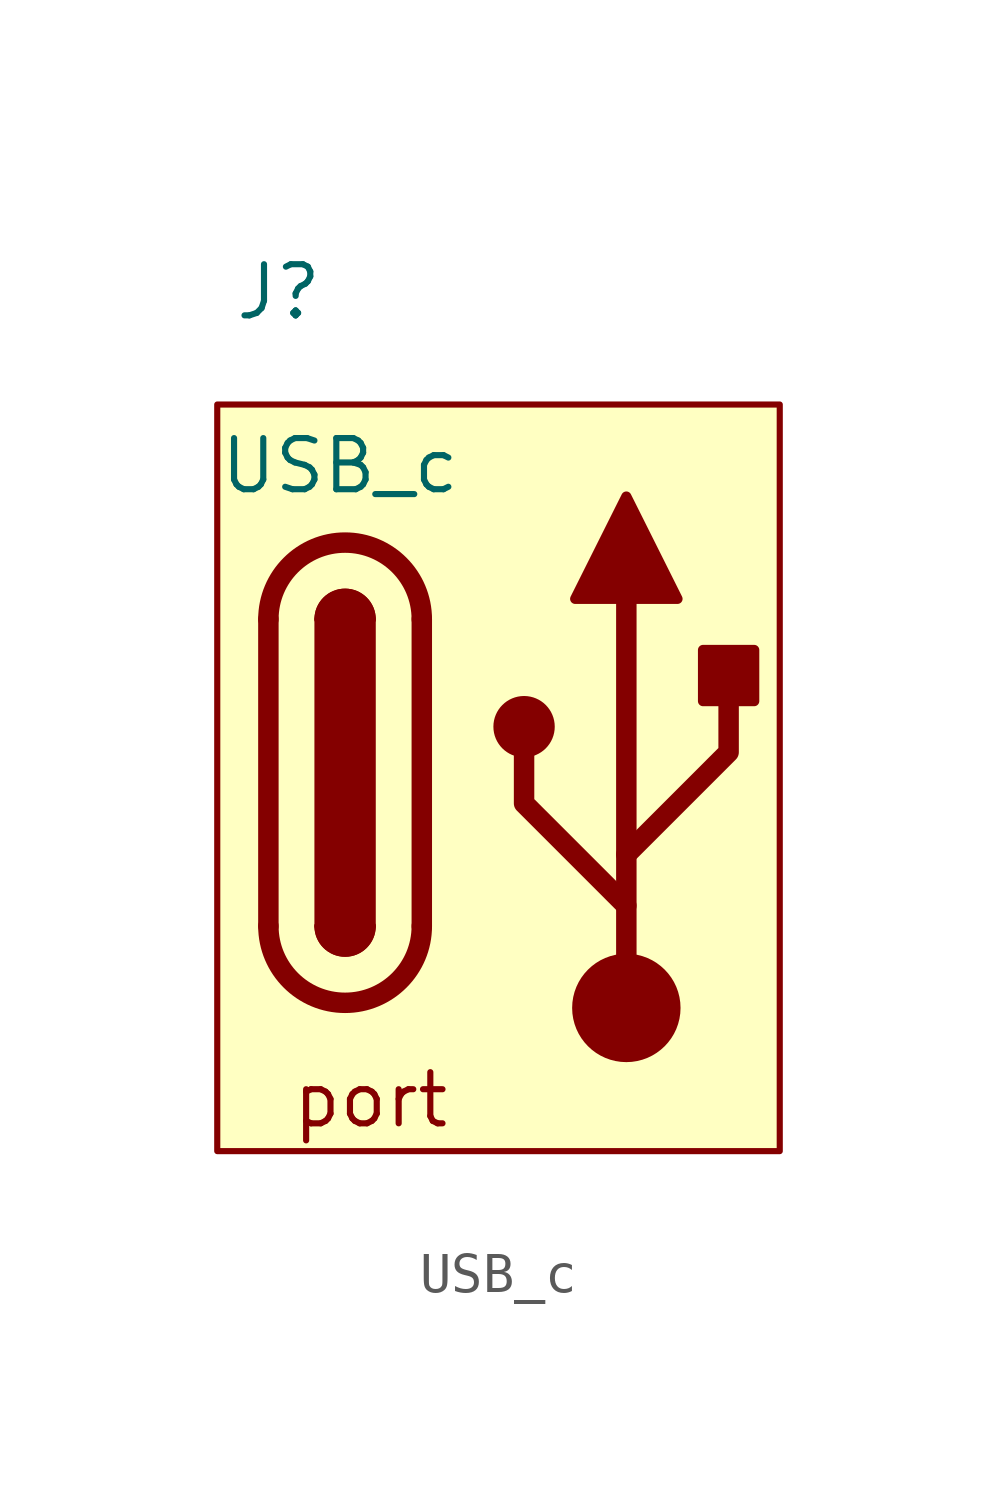
<source format=kicad_sym>
(kicad_symbol_lib
  (version 20231120)
  (generator "kicad_symbol_editor")
  (generator_version "8.0")
  (symbol "USB_c"
    (pin_names
      (offset 1.016))
    (property "Reference" "J"
      (at 1.524 2.794 0)
      (effects (font (size 1.27 1.27))))
    (property "Value" "USB_c"
      (at 3.048 -1.524 0)
      (effects (font (size 1.27 1.27))))
    (symbol "USB_c_0_0"
      (rectangle (start 0 0) (end 13.97 -18.542) (stroke (width 0) (type solid)) (fill (type background)))
      (text "port" (at 3.81 -17.272 0) (effects (font (size 1.27 1.27)))))
    (symbol "USB_c_1_1"
      (polyline (pts (xy 1.27 -12.954) (xy 1.27 -5.334)) (stroke (width 0.508) (type solid)) (fill (type none)))
      (polyline (pts (xy 5.08 -5.334) (xy 5.08 -12.954)) (stroke (width 0.508) (type solid)) (fill (type none)))
      (polyline (pts (xy 10.16 -14.986) (xy 10.16 -4.826)) (stroke (width 0.508) (type solid)) (fill (type none)))
      (polyline (pts (xy 10.16 -12.446) (xy 7.62 -9.906) (xy 7.62 -8.636)) (stroke (width 0.508) (type solid)) (fill (type none)))
      (polyline (pts (xy 10.16 -11.176) (xy 12.7 -8.636) (xy 12.7 -7.366)) (stroke (width 0.508) (type solid)) (fill (type none)))
      (polyline (pts (xy 8.89 -4.826) (xy 10.16 -2.286) (xy 11.43 -4.826) (xy 8.89 -4.826)) (stroke (width 0.254) (type solid)) (fill (type outline)))
      (arc (start 1.27 -12.954) (mid 3.175 -14.859) (end 5.08 -12.954) (stroke (width 0.508) (type solid)) (fill (type none)))
      (arc (start 2.54 -12.954) (mid 3.175 -13.589) (end 3.81 -12.954) (stroke (width 0.254) (type solid)) (fill (type none)))
      (arc (start 2.54 -12.954) (mid 3.175 -13.589) (end 3.81 -12.954) (stroke (width 0.254) (type solid)) (fill (type outline)))
      (rectangle (start 2.54 -12.954) (end 3.81 -5.334) (stroke (width 0.254) (type solid)) (fill (type outline)))
      (arc (start 3.81 -5.334) (mid 3.175 -4.699) (end 2.54 -5.334) (stroke (width 0.254) (type solid)) (fill (type none)))
      (arc (start 3.81 -5.334) (mid 3.175 -4.699) (end 2.54 -5.334) (stroke (width 0.254) (type solid)) (fill (type outline)))
      (arc (start 5.08 -5.334) (mid 3.175 -3.429) (end 1.27 -5.334) (stroke (width 0.508) (type solid)) (fill (type none)))
      (circle (center 7.62 -8.001) (radius 0.635) (stroke (width 0.254) (type solid)) (fill (type outline)))
      (circle (center 10.16 -14.986) (radius 1.27) (stroke (width 0) (type solid)) (fill (type outline)))
      (rectangle (start 12.065 -7.366) (end 13.335 -6.096) (stroke (width 0.254) (type solid)) (fill (type outline))))))
</source>
